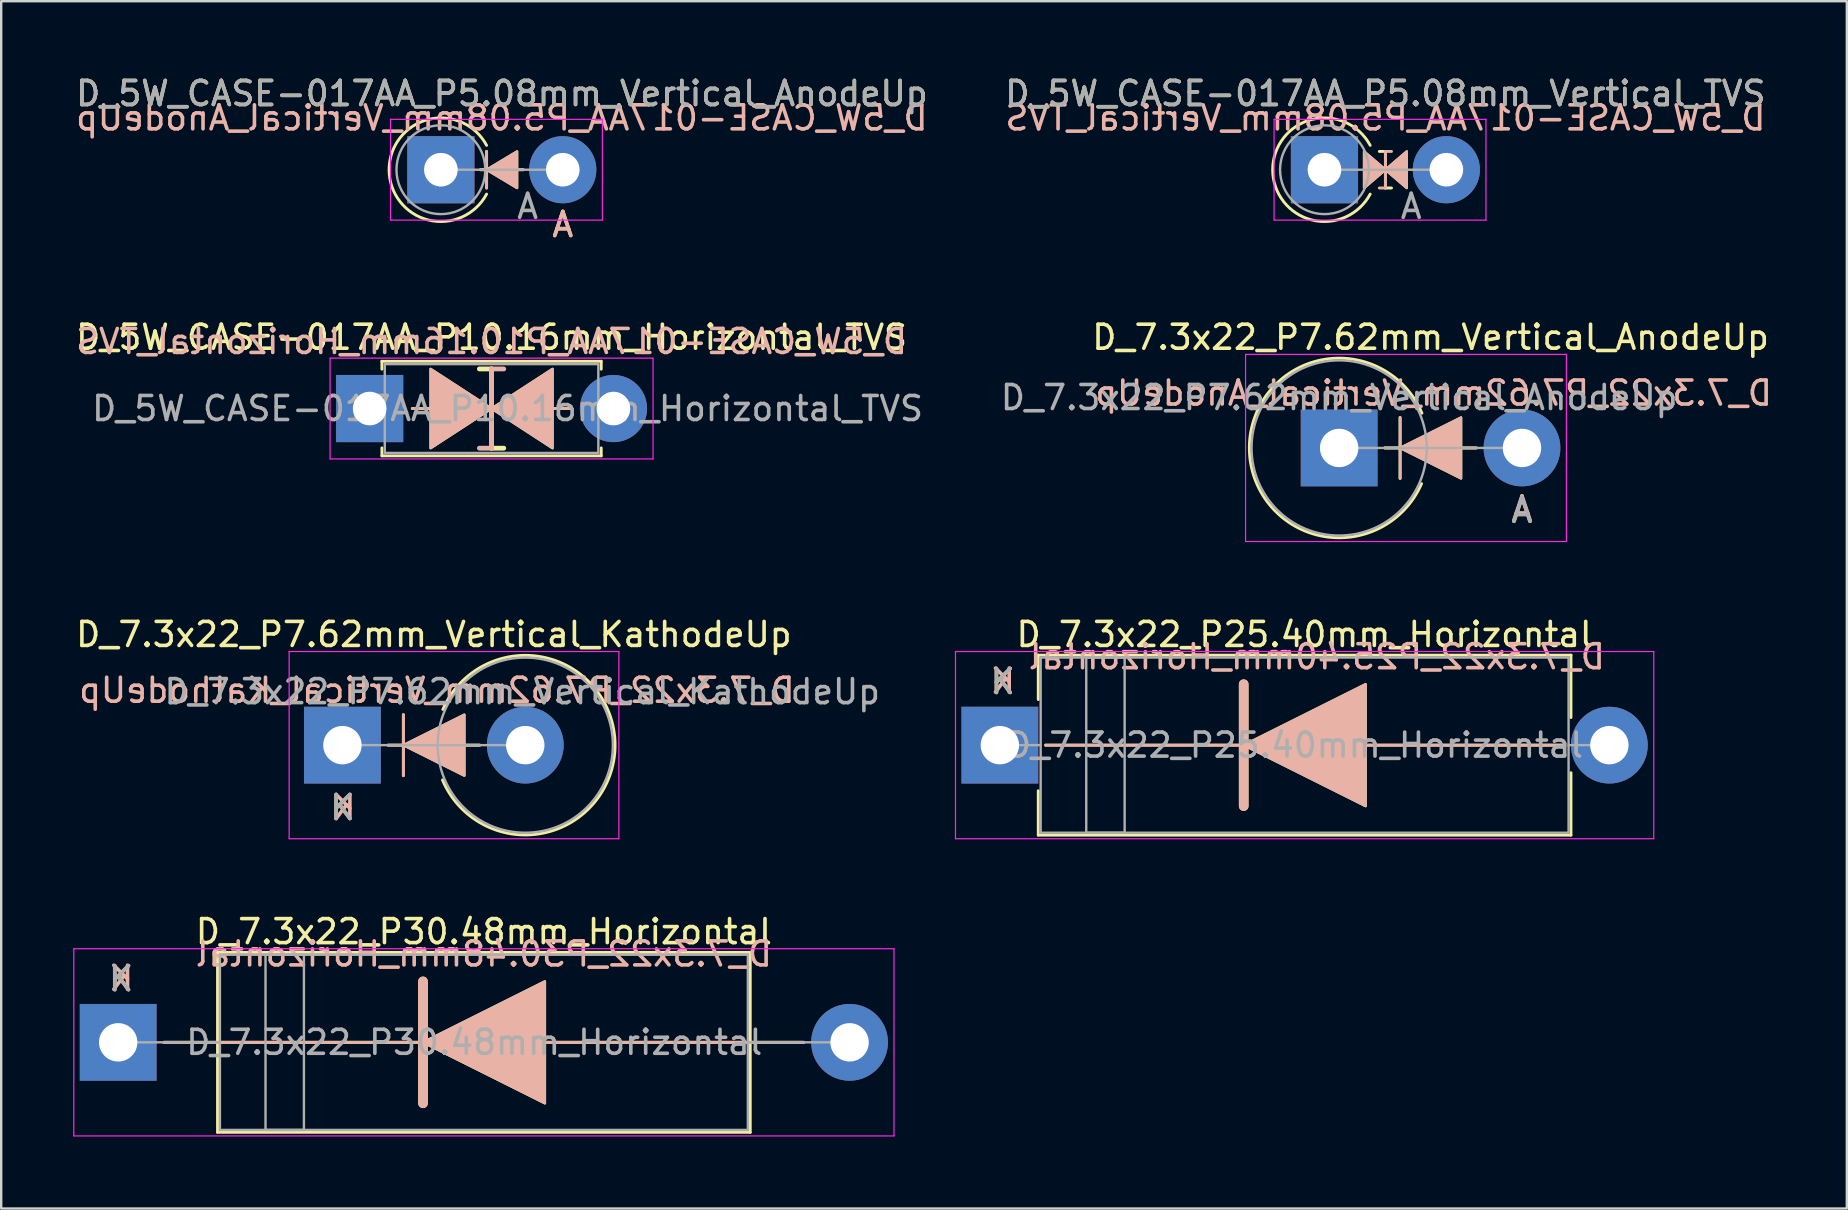
<source format=kicad_pcb>
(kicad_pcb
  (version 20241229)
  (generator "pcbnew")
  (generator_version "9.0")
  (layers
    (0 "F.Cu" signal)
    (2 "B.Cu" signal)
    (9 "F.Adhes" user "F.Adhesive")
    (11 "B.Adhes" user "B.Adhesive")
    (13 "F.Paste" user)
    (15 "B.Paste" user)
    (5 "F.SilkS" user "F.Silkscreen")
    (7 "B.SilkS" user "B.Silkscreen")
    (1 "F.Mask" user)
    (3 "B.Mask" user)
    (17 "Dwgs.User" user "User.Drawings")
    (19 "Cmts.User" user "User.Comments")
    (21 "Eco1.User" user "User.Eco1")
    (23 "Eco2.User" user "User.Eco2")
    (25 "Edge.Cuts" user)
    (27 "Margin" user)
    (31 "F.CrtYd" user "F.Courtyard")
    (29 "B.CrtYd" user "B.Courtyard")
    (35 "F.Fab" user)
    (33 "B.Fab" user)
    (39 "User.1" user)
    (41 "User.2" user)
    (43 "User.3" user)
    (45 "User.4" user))
  (footprint "D_7.3x22_P30.48mm_Horizontal"
    (layer "F.Cu")
    (at 1.875 40.388)
    (property "Reference" "D_7.3x22_P30.48mm_Horizontal" (at 15.24 -4.612 0) (layer "F.SilkS") (effects (font (size 1 1) (thickness 0.15))))
    (attr through_hole)
    (fp_line (start 1.905 0) (end 28.575 0) (stroke (width 0.12) (type solid)) (layer "F.SilkS"))
    (fp_line (start 4.14 -3.75) (end 26.34 -3.75) (stroke (width 0.12) (type default)) (layer "F.SilkS"))
    (fp_line (start 4.14 0) (end 4.14 -3.75) (stroke (width 0.12) (type default)) (layer "F.SilkS"))
    (fp_line (start 4.14 3.75) (end 4.14 0) (stroke (width 0.12) (type default)) (layer "F.SilkS"))
    (fp_line (start 4.14 3.75) (end 26.34 3.75) (stroke (width 0.12) (type default)) (layer "F.SilkS"))
    (fp_line (start 12.703 2.54) (end 12.703 -2.54) (stroke (width 0.4) (type solid)) (layer "F.SilkS"))
    (fp_line (start 26.34 -3.75) (end 26.34 0) (stroke (width 0.12) (type default)) (layer "F.SilkS"))
    (fp_line (start 26.34 0) (end 26.34 3.75) (stroke (width 0.12) (type default)) (layer "F.SilkS"))
    (fp_poly (pts (xy 17.782 2.54) (xy 12.703 0) (xy 17.782 -2.54)) (stroke (width 0.1) (type solid)) (fill yes) (layer "F.SilkS"))
    (fp_line (start 1.905 0) (end 28.575 0) (stroke (width 0.12) (type solid)) (layer "B.SilkS"))
    (fp_line (start 12.703 -2.54) (end 12.703 2.54) (stroke (width 0.4) (type solid)) (layer "B.SilkS"))
    (fp_poly (pts (xy 17.782 -2.54) (xy 12.703 0) (xy 17.782 2.54)) (stroke (width 0.1) (type solid)) (fill yes) (layer "B.SilkS"))
    (fp_line (start -1.85 -3.9) (end -1.85 3.9) (stroke (width 0.05) (type solid)) (layer "F.CrtYd"))
    (fp_line (start -1.85 3.9) (end 32.33 3.9) (stroke (width 0.05) (type solid)) (layer "F.CrtYd"))
    (fp_line (start 32.33 -3.9) (end -1.85 -3.9) (stroke (width 0.05) (type solid)) (layer "F.CrtYd"))
    (fp_line (start 32.33 3.9) (end 32.33 -3.9) (stroke (width 0.05) (type solid)) (layer "F.CrtYd"))
    (fp_line (start 0 0) (end 4.24 0) (stroke (width 0.1) (type solid)) (layer "F.Fab"))
    (fp_line (start 26.24 0) (end 30.48 0) (stroke (width 0.1) (type solid)) (layer "F.Fab"))
    (fp_rect (start 4.24 -3.65) (end 26.24 3.65) (stroke (width 0.1) (type default)) (fill no) (layer "F.Fab"))
    (fp_rect (start 6.14 -3.65) (end 7.74 3.65) (stroke (width 0.1) (type solid)) (fill no) (layer "F.Fab"))
    (fp_text user "K" (at 0.12 -2.65 0) (layer "F.SilkS") (effects (font (size 1 1) (thickness 0.15))))
    (fp_text user "K" (at 0.127 -2.667 0) (layer "B.SilkS") (effects (font (size 1 1) (thickness 0.15)) (justify mirror)))
    (fp_text user "${REFERENCE}" (at 15.24 -3.683 0) (layer "B.SilkS") (effects (font (size 1 1) (thickness 0.15)) (justify mirror)))
    (fp_text user "${REFERENCE}" (at 14.84 0 0) (layer "F.Fab") (effects (font (size 1 1) (thickness 0.15))))
    (fp_text user "K" (at 0.12 -2.65 0) (layer "F.Fab") (effects (font (size 1 1) (thickness 0.15))))
    (pad "1" thru_hole rect (at 0 0) (size 3.2 3.2) (drill 1.6) (layers "*.Cu" "*.Mask"))
    (pad "2" thru_hole oval (at 30.48 0) (size 3.2 3.2) (drill 1.6) (layers "*.Cu" "*.Mask")))
  (footprint "D_5W_CASE-017AA_P10.16mm_Horizontal_TVS"
    (layer "F.Cu")
    (at 12.355 13.976)
    (property "Reference" "D_5W_CASE-017AA_P10.16mm_Horizontal_TVS" (at 5.08 -2.97 0) (layer "F.SilkS") (effects (font (size 1 1) (thickness 0.15))))
    (fp_line (start 0.51 -1.97) (end 9.65 -1.97) (stroke (width 0.12) (type solid)) (layer "F.SilkS"))
    (fp_line (start 0.51 -1.64) (end 0.51 -1.97) (stroke (width 0.12) (type solid)) (layer "F.SilkS"))
    (fp_line (start 0.51 1.64) (end 0.51 1.97) (stroke (width 0.12) (type solid)) (layer "F.SilkS"))
    (fp_line (start 0.51 1.97) (end 9.65 1.97) (stroke (width 0.12) (type solid)) (layer "F.SilkS"))
    (fp_line (start 1.778 0) (end 2.54 0) (stroke (width 0.12) (type solid)) (layer "F.SilkS"))
    (fp_line (start 5.08 -1.651) (end 4.572 -1.651) (stroke (width 0.2) (type solid)) (layer "F.SilkS"))
    (fp_line (start 5.08 1.651) (end 5.08 -1.651) (stroke (width 0.2) (type solid)) (layer "F.SilkS"))
    (fp_line (start 5.588 1.651) (end 5.08 1.651) (stroke (width 0.2) (type solid)) (layer "F.SilkS"))
    (fp_line (start 8.382 0) (end 7.62 0) (stroke (width 0.12) (type solid)) (layer "F.SilkS"))
    (fp_line (start 9.65 -1.97) (end 9.65 -1.64) (stroke (width 0.12) (type solid)) (layer "F.SilkS"))
    (fp_line (start 9.65 1.97) (end 9.65 1.64) (stroke (width 0.12) (type solid)) (layer "F.SilkS"))
    (fp_poly (pts (xy 5.08 0) (xy 2.54 1.651) (xy 2.54 -1.651)) (stroke (width 0.1) (type solid)) (fill yes) (layer "F.SilkS"))
    (fp_poly (pts (xy 5.08 0) (xy 7.62 -1.651) (xy 7.62 1.651)) (stroke (width 0.1) (type solid)) (fill yes) (layer "F.SilkS"))
    (fp_line (start 1.778 0) (end 2.54 0) (stroke (width 0.12) (type solid)) (layer "B.SilkS"))
    (fp_line (start 5.08 -1.651) (end 5.08 1.651) (stroke (width 0.2) (type solid)) (layer "B.SilkS"))
    (fp_line (start 5.08 1.651) (end 4.572 1.651) (stroke (width 0.2) (type solid)) (layer "B.SilkS"))
    (fp_line (start 5.588 -1.651) (end 5.08 -1.651) (stroke (width 0.2) (type solid)) (layer "B.SilkS"))
    (fp_line (start 8.382 0) (end 7.62 0) (stroke (width 0.12) (type solid)) (layer "B.SilkS"))
    (fp_poly (pts (xy 5.08 0) (xy 2.54 -1.651) (xy 2.54 1.651)) (stroke (width 0.1) (type solid)) (fill yes) (layer "B.SilkS"))
    (fp_poly (pts (xy 5.08 0) (xy 7.62 1.651) (xy 7.62 -1.651)) (stroke (width 0.1) (type solid)) (fill yes) (layer "B.SilkS"))
    (fp_line (start -1.65 -2.1) (end -1.65 2.1) (stroke (width 0.05) (type solid)) (layer "F.CrtYd"))
    (fp_line (start -1.65 2.1) (end 11.81 2.1) (stroke (width 0.05) (type solid)) (layer "F.CrtYd"))
    (fp_line (start 11.81 -2.1) (end -1.65 -2.1) (stroke (width 0.05) (type solid)) (layer "F.CrtYd"))
    (fp_line (start 11.81 2.1) (end 11.81 -2.1) (stroke (width 0.05) (type solid)) (layer "F.CrtYd"))
    (fp_line (start 0 0) (end 0.63 0) (stroke (width 0.1) (type solid)) (layer "F.Fab"))
    (fp_line (start 0.63 -1.85) (end 0.63 1.85) (stroke (width 0.1) (type solid)) (layer "F.Fab"))
    (fp_line (start 0.63 1.85) (end 9.53 1.85) (stroke (width 0.1) (type solid)) (layer "F.Fab"))
    (fp_line (start 9.53 -1.85) (end 0.63 -1.85) (stroke (width 0.1) (type solid)) (layer "F.Fab"))
    (fp_line (start 9.53 1.85) (end 9.53 -1.85) (stroke (width 0.1) (type solid)) (layer "F.Fab"))
    (fp_line (start 10.16 0) (end 9.53 0) (stroke (width 0.1) (type solid)) (layer "F.Fab"))
    (fp_text user "${REFERENCE}" (at 5.08 -2.794 0) (layer "B.SilkS") (effects (font (size 1 1) (thickness 0.15)) (justify mirror)))
    (fp_text user "${REFERENCE}" (at 5.747 0 0) (layer "F.Fab") (effects (font (size 1 1) (thickness 0.15))))
    (pad "1" thru_hole rect (at 0 0) (size 2.8 2.8) (drill 1.4) (layers "*.Cu" "*.Mask"))
    (pad "2" thru_hole oval (at 10.16 0) (size 2.8 2.8) (drill 1.4) (layers "*.Cu" "*.Mask")))
  (footprint "D_7.3x22_P25.40mm_Horizontal"
    (layer "F.Cu")
    (at 38.618 28.003)
    (property "Reference" "D_7.3x22_P25.40mm_Horizontal" (at 12.7 -4.612 0) (layer "F.SilkS") (effects (font (size 1 1) (thickness 0.15))))
    (attr through_hole)
    (fp_line (start 1.6 -3.75) (end 23.8 -3.75) (stroke (width 0.12) (type default)) (layer "F.SilkS"))
    (fp_line (start 1.6 -1.9) (end 1.6 -3.75) (stroke (width 0.12) (type default)) (layer "F.SilkS"))
    (fp_line (start 1.6 3.75) (end 1.6 1.9) (stroke (width 0.12) (type default)) (layer "F.SilkS"))
    (fp_line (start 1.6 3.75) (end 23.8 3.75) (stroke (width 0.12) (type default)) (layer "F.SilkS"))
    (fp_line (start 1.905 0) (end 23.5 0) (stroke (width 0.12) (type solid)) (layer "F.SilkS"))
    (fp_line (start 10.162 2.54) (end 10.162 -2.54) (stroke (width 0.4) (type solid)) (layer "F.SilkS"))
    (fp_line (start 23.8 -3.75) (end 23.8 -1.15) (stroke (width 0.12) (type default)) (layer "F.SilkS"))
    (fp_line (start 23.8 1.15) (end 23.8 3.75) (stroke (width 0.12) (type default)) (layer "F.SilkS"))
    (fp_poly (pts (xy 15.242 2.54) (xy 10.162 0) (xy 15.242 -2.54)) (stroke (width 0.1) (type solid)) (fill yes) (layer "F.SilkS"))
    (fp_line (start 1.903 0) (end 23.497 0) (stroke (width 0.12) (type solid)) (layer "B.SilkS"))
    (fp_line (start 10.16 -2.54) (end 10.16 2.54) (stroke (width 0.4) (type solid)) (layer "B.SilkS"))
    (fp_poly (pts (xy 15.24 -2.54) (xy 10.16 0) (xy 15.24 2.54)) (stroke (width 0.1) (type solid)) (fill yes) (layer "B.SilkS"))
    (fp_line (start -1.85 -3.9) (end -1.85 3.9) (stroke (width 0.05) (type solid)) (layer "F.CrtYd"))
    (fp_line (start -1.85 3.9) (end 27.25 3.9) (stroke (width 0.05) (type solid)) (layer "F.CrtYd"))
    (fp_line (start 27.25 -3.9) (end -1.85 -3.9) (stroke (width 0.05) (type solid)) (layer "F.CrtYd"))
    (fp_line (start 27.25 3.9) (end 27.25 -3.9) (stroke (width 0.05) (type solid)) (layer "F.CrtYd"))
    (fp_line (start 0 0) (end 1.7 0) (stroke (width 0.1) (type solid)) (layer "F.Fab"))
    (fp_line (start 23.7 0) (end 25.4 0) (stroke (width 0.1) (type solid)) (layer "F.Fab"))
    (fp_rect (start 1.7 -3.65) (end 23.7 3.65) (stroke (width 0.1) (type default)) (fill no) (layer "F.Fab"))
    (fp_rect (start 3.6 -3.65) (end 5.2 3.65) (stroke (width 0.1) (type solid)) (fill no) (layer "F.Fab"))
    (fp_text user "K" (at 0.12 -2.65 0) (layer "F.SilkS") (effects (font (size 1 1) (thickness 0.15))))
    (fp_text user "K" (at 0.127 -2.667 0) (layer "B.SilkS") (effects (font (size 1 1) (thickness 0.15)) (justify mirror)))
    (fp_text user "${REFERENCE}" (at 13.208 -3.683 0) (layer "B.SilkS") (effects (font (size 1 1) (thickness 0.15)) (justify mirror)))
    (fp_text user "K" (at 0.12 -2.65 0) (layer "F.Fab") (effects (font (size 1 1) (thickness 0.15))))
    (fp_text user "${REFERENCE}" (at 12.3 0 0) (layer "F.Fab") (effects (font (size 1 1) (thickness 0.15))))
    (pad "1" thru_hole rect (at 0 0) (size 3.2 3.2) (drill 1.6) (layers "*.Cu" "*.Mask"))
    (pad "2" thru_hole oval (at 25.4 0) (size 3.2 3.2) (drill 1.6) (layers "*.Cu" "*.Mask")))
  (footprint "D_7.3x22_P7.62mm_Vertical_AnodeUp"
    (layer "F.Cu")
    (at 52.757 15.618)
    (property "Reference" "D_7.3x22_P7.62mm_Vertical_AnodeUp" (at 3.81 -4.612 0) (layer "F.SilkS") (effects (font (size 1 1) (thickness 0.15))))
    (attr through_hole)
    (fp_line (start 1.905 0) (end 5.72 0) (stroke (width 0.12) (type solid)) (layer "F.SilkS"))
    (fp_line (start 2.54 1.27) (end 2.54 -1.27) (stroke (width 0.12) (type solid)) (layer "F.SilkS"))
    (fp_arc (start 3.433792 1.487976) (mid -3.742268 -0.020643) (end 3.449999 -1.45) (stroke (width 0.12) (type solid)) (layer "F.SilkS"))
    (fp_poly (pts (xy 5.08 1.27) (xy 2.54 0) (xy 5.08 -1.27)) (stroke (width 0.1) (type solid)) (fill yes) (layer "F.SilkS"))
    (fp_line (start 1.905 0) (end 5.715 0) (stroke (width 0.12) (type solid)) (layer "B.SilkS"))
    (fp_line (start 2.54 -1.27) (end 2.54 1.27) (stroke (width 0.12) (type solid)) (layer "B.SilkS"))
    (fp_poly (pts (xy 5.08 -1.27) (xy 2.54 0) (xy 5.08 1.27)) (stroke (width 0.1) (type solid)) (fill yes) (layer "B.SilkS"))
    (fp_line (start -3.9 -3.9) (end -3.9 3.9) (stroke (width 0.05) (type solid)) (layer "F.CrtYd"))
    (fp_line (start -3.9 3.9) (end 9.47 3.9) (stroke (width 0.05) (type solid)) (layer "F.CrtYd"))
    (fp_line (start 9.47 -3.9) (end -3.9 -3.9) (stroke (width 0.05) (type solid)) (layer "F.CrtYd"))
    (fp_line (start 9.47 3.9) (end 9.47 -3.9) (stroke (width 0.05) (type solid)) (layer "F.CrtYd"))
    (fp_line (start 0 0) (end 7.62 0) (stroke (width 0.1) (type solid)) (layer "F.Fab"))
    (fp_circle (center 0 0) (end 3.65 0) (stroke (width 0.1) (type solid)) (fill no) (layer "F.Fab"))
    (fp_text user "A" (at 7.62 2.6 0) (layer "F.SilkS") (effects (font (size 1 1) (thickness 0.15))))
    (fp_text user "${REFERENCE}" (at 3.937 -2.286 0) (layer "B.SilkS") (effects (font (size 1 1) (thickness 0.15)) (justify mirror)))
    (fp_text user "A" (at 7.62 2.54 0) (layer "B.SilkS") (effects (font (size 1 1) (thickness 0.15)) (justify mirror)))
    (fp_text user "A" (at 7.62 2.6 0) (layer "F.Fab") (effects (font (size 1 1) (thickness 0.15))))
    (fp_text user "${REFERENCE}" (at 0 -2.1 0) (layer "F.Fab") (effects (font (size 1 1) (thickness 0.15))))
    (pad "1" thru_hole rect (at 0 0) (size 3.2 3.2) (drill 1.6) (layers "*.Cu" "*.Mask"))
    (pad "2" thru_hole oval (at 7.62 0) (size 3.2 3.2) (drill 1.6) (layers "*.Cu" "*.Mask")))
  (footprint "D_7.3x22_P7.62mm_Vertical_KathodeUp"
    (layer "F.Cu")
    (at 11.22 28.003)
    (property "Reference" "D_7.3x22_P7.62mm_Vertical_KathodeUp" (at 3.81 -4.612 0) (layer "F.SilkS") (effects (font (size 1 1) (thickness 0.15))))
    (attr through_hole)
    (fp_line (start 1.905 0) (end 5.72 0) (stroke (width 0.12) (type solid)) (layer "F.SilkS"))
    (fp_line (start 2.54 1.27) (end 2.54 -1.27) (stroke (width 0.12) (type solid)) (layer "F.SilkS"))
    (fp_arc (start 4.186208 -1.487976) (mid 11.362269 0.020645) (end 4.170001 1.45) (stroke (width 0.12) (type solid)) (layer "F.SilkS"))
    (fp_poly (pts (xy 5.08 1.27) (xy 2.54 0) (xy 5.08 -1.27)) (stroke (width 0.1) (type solid)) (fill yes) (layer "F.SilkS"))
    (fp_line (start 1.905 0) (end 5.72 0) (stroke (width 0.12) (type solid)) (layer "B.SilkS"))
    (fp_line (start 2.54 -1.27) (end 2.54 1.27) (stroke (width 0.12) (type solid)) (layer "B.SilkS"))
    (fp_poly (pts (xy 5.08 -1.27) (xy 2.54 0) (xy 5.08 1.27)) (stroke (width 0.1) (type solid)) (fill yes) (layer "B.SilkS"))
    (fp_line (start -2.22 -3.9) (end -2.22 3.9) (stroke (width 0.05) (type solid)) (layer "F.CrtYd"))
    (fp_line (start -2.22 3.9) (end 11.52 3.9) (stroke (width 0.05) (type solid)) (layer "F.CrtYd"))
    (fp_line (start 11.52 -3.9) (end -2.22 -3.9) (stroke (width 0.05) (type solid)) (layer "F.CrtYd"))
    (fp_line (start 11.52 3.9) (end 11.52 -3.9) (stroke (width 0.05) (type solid)) (layer "F.CrtYd"))
    (fp_line (start 0 0) (end 7.62 0) (stroke (width 0.1) (type solid)) (layer "F.Fab"))
    (fp_circle (center 7.62 0) (end 3.97 0) (stroke (width 0.1) (type solid)) (fill no) (layer "F.Fab"))
    (fp_text user "K" (at 0 2.6 0) (layer "F.SilkS") (effects (font (size 1 1) (thickness 0.15))))
    (fp_text user "${REFERENCE}" (at 3.937 -2.286 0) (layer "B.SilkS") (effects (font (size 1 1) (thickness 0.15)) (justify mirror)))
    (fp_text user "K" (at 0.049 2.603 0) (layer "B.SilkS") (effects (font (size 1 1) (thickness 0.15)) (justify mirror)))
    (fp_text user "K" (at 0 2.6 0) (layer "F.Fab") (effects (font (size 1 1) (thickness 0.15))))
    (fp_text user "${REFERENCE}" (at 7.493 -2.227 0) (layer "F.Fab") (effects (font (size 1 1) (thickness 0.15))))
    (pad "1" thru_hole rect (at 0 0) (size 3.2 3.2) (drill 1.6) (layers "*.Cu" "*.Mask"))
    (pad "2" thru_hole oval (at 7.62 0) (size 3.2 3.2) (drill 1.6) (layers "*.Cu" "*.Mask")))
  (footprint "D_5W_CASE-017AA_P5.08mm_Vertical_TVS"
    (layer "F.Cu")
    (at 52.145 4.023)
    (property "Reference" "D_5W_CASE-017AA_P5.08mm_Vertical_TVS" (at 2.54 -3.175 0) (layer "F.SilkS") (effects (font (size 1 1) (thickness 0.15))))
    (fp_line (start 2.286 -0.762) (end 2.54 -0.762) (stroke (width 0.12) (type solid)) (layer "F.SilkS"))
    (fp_line (start 2.54 0.762) (end 2.54 -0.762) (stroke (width 0.12) (type solid)) (layer "F.SilkS"))
    (fp_line (start 2.54 0.762) (end 2.794 0.762) (stroke (width 0.12) (type solid)) (layer "F.SilkS"))
    (fp_arc (start 1.904999 1.016) (mid -2.158999 0) (end 1.904999 -1.016) (stroke (width 0.12) (type solid)) (layer "F.SilkS"))
    (fp_poly (pts (xy 1.651 -0.762) (xy 2.54 0) (xy 1.651 0.762)) (stroke (width 0.1) (type solid)) (fill yes) (layer "F.SilkS"))
    (fp_poly (pts (xy 3.429 0.762) (xy 2.54 0) (xy 3.429 -0.762)) (stroke (width 0.1) (type solid)) (fill yes) (layer "F.SilkS"))
    (fp_line (start 2.286 0.762) (end 2.54 0.762) (stroke (width 0.12) (type solid)) (layer "B.SilkS"))
    (fp_line (start 2.54 -0.762) (end 2.54 0.762) (stroke (width 0.12) (type solid)) (layer "B.SilkS"))
    (fp_line (start 2.54 -0.762) (end 2.794 -0.762) (stroke (width 0.12) (type solid)) (layer "B.SilkS"))
    (fp_poly (pts (xy 1.651 0.762) (xy 2.54 0) (xy 1.651 -0.762)) (stroke (width 0.1) (type solid)) (fill yes) (layer "B.SilkS"))
    (fp_poly (pts (xy 3.429 -0.762) (xy 2.54 0) (xy 3.429 0.762)) (stroke (width 0.1) (type solid)) (fill yes) (layer "B.SilkS"))
    (fp_line (start -2.1 -2.1) (end -2.1 2.1) (stroke (width 0.05) (type solid)) (layer "F.CrtYd"))
    (fp_line (start -2.1 2.1) (end 6.73 2.1) (stroke (width 0.05) (type solid)) (layer "F.CrtYd"))
    (fp_line (start 6.73 -2.1) (end -2.1 -2.1) (stroke (width 0.05) (type solid)) (layer "F.CrtYd"))
    (fp_line (start 6.73 2.1) (end 6.73 -2.1) (stroke (width 0.05) (type solid)) (layer "F.CrtYd"))
    (fp_line (start 0 0) (end 5.08 0) (stroke (width 0.1) (type solid)) (layer "F.Fab"))
    (fp_circle (center 0 0) (end 1.85 0) (stroke (width 0.1) (type solid)) (fill no) (layer "F.Fab"))
    (fp_text user "${REFERENCE}" (at 2.54 -2.159 0) (layer "B.SilkS") (effects (font (size 1 1) (thickness 0.15)) (justify mirror)))
    (fp_text user "A" (at 3.615 1.527 0) (layer "F.Fab") (effects (font (size 1 1) (thickness 0.15))))
    (fp_text user "${REFERENCE}" (at 2.54 -3.175 0) (layer "F.Fab") (effects (font (size 1 1) (thickness 0.15))))
    (pad "1" thru_hole rect (at 0 0) (size 2.8 2.8) (drill 1.4) (layers "*.Cu" "*.Mask"))
    (pad "2" thru_hole oval (at 5.08 0) (size 2.8 2.8) (drill 1.4) (layers "*.Cu" "*.Mask")))
  (footprint "D_5W_CASE-017AA_P5.08mm_Vertical_AnodeUp"
    (layer "F.Cu")
    (at 15.323 4.023)
    (property "Reference" "D_5W_CASE-017AA_P5.08mm_Vertical_AnodeUp" (at 2.54 -3.175 0) (layer "F.SilkS") (effects (font (size 1 1) (thickness 0.15))))
    (attr through_hole)
    (fp_line (start 1.651 0) (end 3.429 0) (stroke (width 0.12) (type solid)) (layer "F.SilkS"))
    (fp_line (start 1.905 -0.762) (end 1.905 0.762) (stroke (width 0.12) (type solid)) (layer "F.SilkS"))
    (fp_arc (start 1.904999 1.016) (mid -2.158999 0) (end 1.904999 -1.016) (stroke (width 0.12) (type solid)) (layer "F.SilkS"))
    (fp_poly (pts (xy 3.175 0.762) (xy 1.905 0) (xy 3.175 -0.762)) (stroke (width 0.1) (type solid)) (fill yes) (layer "F.SilkS"))
    (fp_line (start 1.651 0) (end 3.429 0) (stroke (width 0.12) (type solid)) (layer "B.SilkS"))
    (fp_line (start 1.905 0.762) (end 1.905 -0.762) (stroke (width 0.12) (type solid)) (layer "B.SilkS"))
    (fp_poly (pts (xy 3.175 -0.762) (xy 1.905 0) (xy 3.175 0.762)) (stroke (width 0.1) (type solid)) (fill yes) (layer "B.SilkS"))
    (fp_line (start -2.1 -2.1) (end -2.1 2.1) (stroke (width 0.05) (type solid)) (layer "F.CrtYd"))
    (fp_line (start -2.1 2.1) (end 6.73 2.1) (stroke (width 0.05) (type solid)) (layer "F.CrtYd"))
    (fp_line (start 6.73 -2.1) (end -2.1 -2.1) (stroke (width 0.05) (type solid)) (layer "F.CrtYd"))
    (fp_line (start 6.73 2.1) (end 6.73 -2.1) (stroke (width 0.05) (type solid)) (layer "F.CrtYd"))
    (fp_line (start 0 0) (end 5.08 0) (stroke (width 0.1) (type solid)) (layer "F.Fab"))
    (fp_circle (center 0 0) (end 1.85 0) (stroke (width 0.1) (type solid)) (fill no) (layer "F.Fab"))
    (fp_text user "A" (at 5.08 2.286 0) (layer "F.SilkS") (effects (font (size 1 1) (thickness 0.15))))
    (fp_text user "${REFERENCE}" (at 2.54 -2.159 0) (layer "B.SilkS") (effects (font (size 1 1) (thickness 0.15)) (justify mirror)))
    (fp_text user "A" (at 5.08 2.286 0) (layer "B.SilkS") (effects (font (size 1 1) (thickness 0.15)) (justify mirror)))
    (fp_text user "A" (at 3.615 1.527 0) (layer "F.Fab") (effects (font (size 1 1) (thickness 0.15))))
    (fp_text user "${REFERENCE}" (at 2.54 -3.175 0) (layer "F.Fab") (effects (font (size 1 1) (thickness 0.15))))
    (pad "1" thru_hole rect (at 0 0) (size 2.8 2.8) (drill 1.4) (layers "*.Cu" "*.Mask"))
    (pad "2" thru_hole oval (at 5.08 0) (size 2.8 2.8) (drill 1.4) (layers "*.Cu" "*.Mask")))
  (gr_rect
    (start -3 -3)
    (end 73.914 47.313)
    (stroke (width 0.1) (type default))
    (fill no)
    (layer "Edge.Cuts")))
</source>
